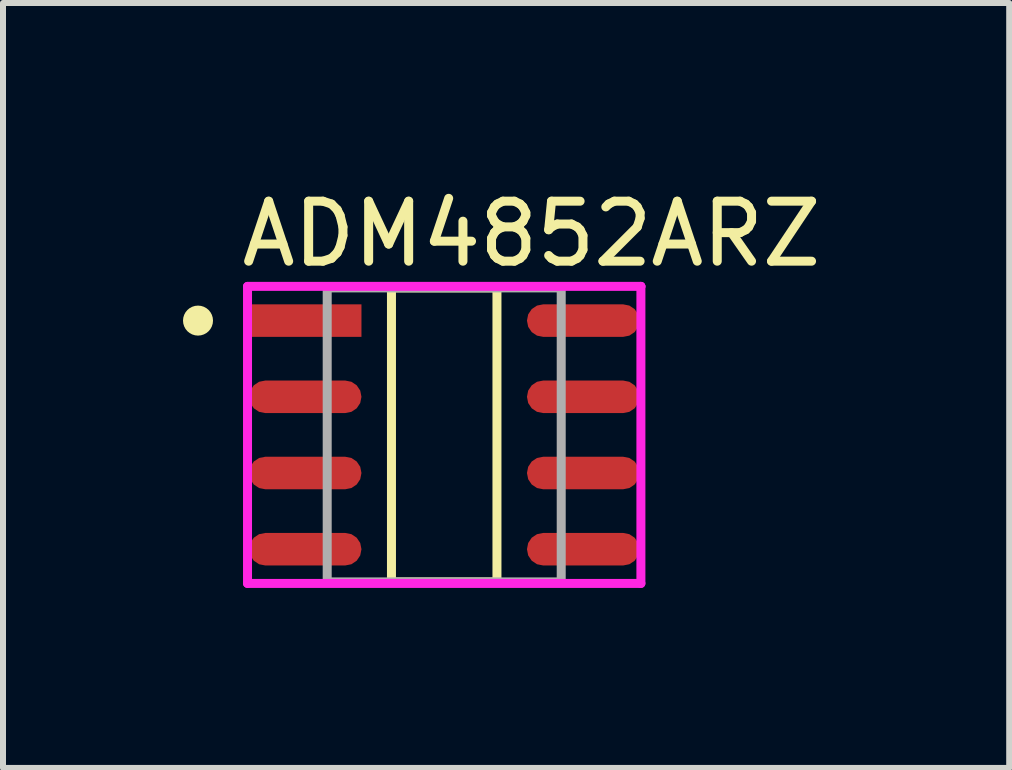
<source format=kicad_pcb>
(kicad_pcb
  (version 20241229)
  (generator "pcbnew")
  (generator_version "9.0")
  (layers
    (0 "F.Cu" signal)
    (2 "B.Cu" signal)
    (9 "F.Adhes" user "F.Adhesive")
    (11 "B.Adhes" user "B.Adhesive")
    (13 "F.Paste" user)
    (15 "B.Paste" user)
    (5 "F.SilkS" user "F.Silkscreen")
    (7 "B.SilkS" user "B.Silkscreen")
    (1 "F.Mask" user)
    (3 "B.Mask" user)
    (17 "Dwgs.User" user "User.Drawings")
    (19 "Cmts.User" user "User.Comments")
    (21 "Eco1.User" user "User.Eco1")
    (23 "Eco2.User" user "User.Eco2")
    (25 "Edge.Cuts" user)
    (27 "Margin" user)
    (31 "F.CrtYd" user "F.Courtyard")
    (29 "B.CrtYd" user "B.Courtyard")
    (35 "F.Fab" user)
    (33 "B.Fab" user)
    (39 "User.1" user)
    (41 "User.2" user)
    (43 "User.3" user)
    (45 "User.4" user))
  (footprint "ADM4852ARZ"
    (layer "F.Cu")
    (at 4.353 4.198)
    (property "Reference" "ADM4852ARZ" (at -3.453 -3.35 0) (layer "F.SilkS") (effects (font (size 1 1) (thickness 0.15)) (justify left)))
    (attr through_hole)
    (fp_line (start -0.879 -2.45) (end 0.879 -2.45) (stroke (width 0.15) (type solid)) (layer "F.SilkS"))
    (fp_line (start -0.879 2.45) (end -0.879 -2.45) (stroke (width 0.15) (type solid)) (layer "F.SilkS"))
    (fp_line (start 0.879 -2.45) (end 0.879 2.45) (stroke (width 0.15) (type solid)) (layer "F.SilkS"))
    (fp_line (start 0.879 2.45) (end -0.879 2.45) (stroke (width 0.15) (type solid)) (layer "F.SilkS"))
    (fp_circle (center -4.103 -1.905) (end -3.978 -1.905) (stroke (width 0.25) (type solid)) (fill no) (layer "F.SilkS"))
    (fp_line (start -3.278 -2.475) (end -3.278 2.475) (stroke (width 0.15) (type solid)) (layer "F.CrtYd"))
    (fp_line (start -3.278 2.475) (end 3.278 2.475) (stroke (width 0.15) (type solid)) (layer "F.CrtYd"))
    (fp_line (start 3.278 -2.475) (end -3.278 -2.475) (stroke (width 0.15) (type solid)) (layer "F.CrtYd"))
    (fp_line (start 3.278 -2.475) (end 3.278 -2.475) (stroke (width 0.15) (type solid)) (layer "F.CrtYd"))
    (fp_line (start 3.278 2.475) (end 3.278 -2.475) (stroke (width 0.15) (type solid)) (layer "F.CrtYd"))
    (fp_line (start -1.95 -2.45) (end 1.95 -2.45) (stroke (width 0.15) (type solid)) (layer "F.Fab"))
    (fp_line (start -1.95 2.45) (end -1.95 -2.45) (stroke (width 0.15) (type solid)) (layer "F.Fab"))
    (fp_line (start 1.95 -2.45) (end 1.95 2.45) (stroke (width 0.15) (type solid)) (layer "F.Fab"))
    (fp_line (start 1.95 2.45) (end -1.95 2.45) (stroke (width 0.15) (type solid)) (layer "F.Fab"))
    (pad "1" smd rect (at -2.316 -1.905) (size 1.874 0.542) (layers "F.Cu" "F.Mask" "F.Paste"))
    (pad "2" smd roundrect (at -2.316 -0.635) (size 1.874 0.542) (layers "F.Cu" "F.Mask" "F.Paste") (roundrect_rratio 0.5))
    (pad "3" smd roundrect (at -2.316 0.635) (size 1.874 0.542) (layers "F.Cu" "F.Mask" "F.Paste") (roundrect_rratio 0.5))
    (pad "4" smd roundrect (at -2.316 1.905) (size 1.874 0.542) (layers "F.Cu" "F.Mask" "F.Paste") (roundrect_rratio 0.5))
    (pad "5" smd roundrect (at 2.316 1.905) (size 1.874 0.542) (layers "F.Cu" "F.Mask" "F.Paste") (roundrect_rratio 0.5))
    (pad "6" smd roundrect (at 2.316 0.635) (size 1.874 0.542) (layers "F.Cu" "F.Mask" "F.Paste") (roundrect_rratio 0.5))
    (pad "7" smd roundrect (at 2.316 -0.635) (size 1.874 0.542) (layers "F.Cu" "F.Mask" "F.Paste") (roundrect_rratio 0.5))
    (pad "8" smd roundrect (at 2.316 -1.905) (size 1.874 0.542) (layers "F.Cu" "F.Mask" "F.Paste") (roundrect_rratio 0.5)))
  (gr_rect
    (start -3 -3)
    (end 13.769 9.748)
    (stroke (width 0.1) (type default))
    (fill no)
    (layer "Edge.Cuts")))
</source>
